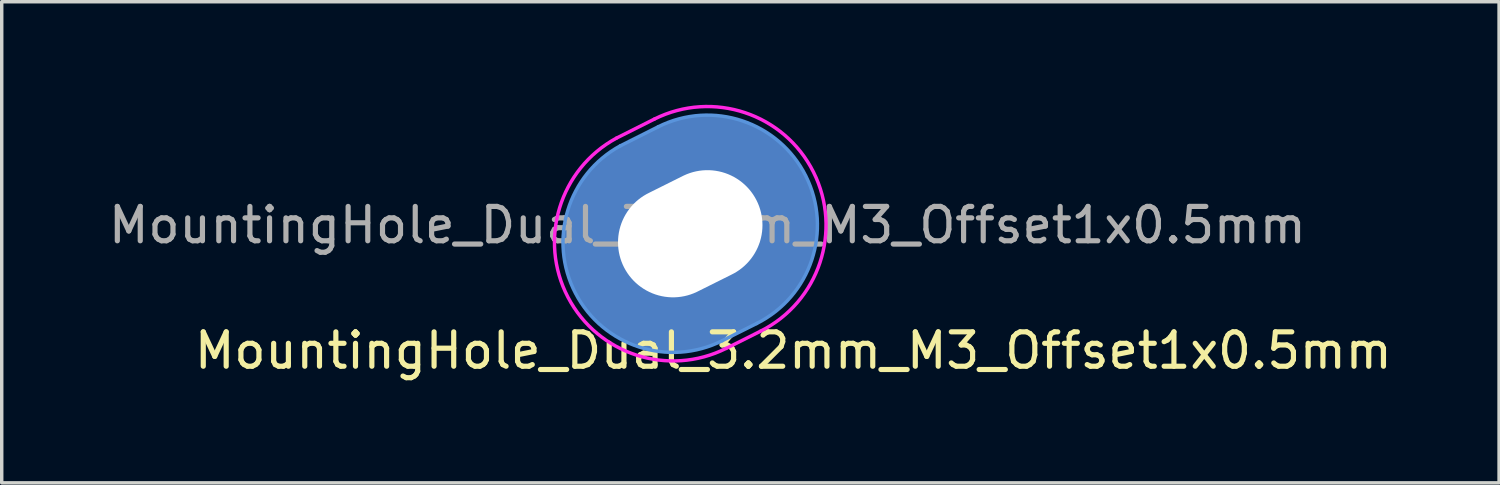
<source format=kicad_pcb>
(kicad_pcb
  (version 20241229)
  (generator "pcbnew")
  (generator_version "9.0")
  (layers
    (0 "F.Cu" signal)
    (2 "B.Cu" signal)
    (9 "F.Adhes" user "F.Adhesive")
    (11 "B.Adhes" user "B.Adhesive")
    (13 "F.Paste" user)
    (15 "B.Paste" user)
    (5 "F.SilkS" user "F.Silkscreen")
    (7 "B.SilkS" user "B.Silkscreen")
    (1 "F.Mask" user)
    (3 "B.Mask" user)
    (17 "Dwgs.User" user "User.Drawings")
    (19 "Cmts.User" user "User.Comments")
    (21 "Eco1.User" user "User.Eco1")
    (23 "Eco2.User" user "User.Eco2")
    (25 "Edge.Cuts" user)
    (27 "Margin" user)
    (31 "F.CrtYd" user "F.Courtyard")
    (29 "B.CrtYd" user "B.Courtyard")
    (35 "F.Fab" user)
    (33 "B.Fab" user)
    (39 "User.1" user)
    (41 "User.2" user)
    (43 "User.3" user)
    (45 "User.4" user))
  (footprint "MountingHole_Dual_3.2mm_M3_Offset1x0.5mm"
    (layer "F.Cu")
    (at 16.53 4)
    (property "Reference" "MountingHole_Dual_3.2mm_M3_Offset1x0.5mm" (at 3.5 3.149 0) (layer "F.SilkS") (effects (font (size 1 1) (thickness 0.15))))
    (attr exclude_from_pos_files exclude_from_bom)
    (fp_line (start -0.431 -3.362) (end -1.53 -2.81) (stroke (width 0.1) (type default)) (layer "Cmts.User"))
    (fp_line (start 2.431 2.362) (end 1.431 2.862) (stroke (width 0.1) (type default)) (layer "Cmts.User"))
    (fp_arc (start -0.431084 -3.362167) (mid 3.862167 -1.931084) (end 2.431084 2.362167) (stroke (width 0.1) (type solid)) (layer "Cmts.User"))
    (fp_arc (start 1.431084 2.862167) (mid -2.836755 1.480818) (end -1.5301 -2.810479) (stroke (width 0.1) (type solid)) (layer "Cmts.User"))
    (fp_line (start -1.642 -3.034) (end -0.543 -3.586) (stroke (width 0.1) (type default)) (layer "F.CrtYd"))
    (fp_line (start 2.543 2.586) (end 1.543 3.086) (stroke (width 0.1) (type default)) (layer "F.CrtYd"))
    (fp_arc (start -0.542887 -3.585774) (mid 4.085774 -2.042887) (end 2.542887 2.585774) (stroke (width 0.1) (type default)) (layer "F.CrtYd"))
    (fp_arc (start 1.542887 3.085774) (mid -3.058377 1.596506) (end -1.649639 -3.030048) (stroke (width 0.1) (type default)) (layer "F.CrtYd"))
    (fp_text user "${REFERENCE}" (at 1 -0.5 0) (layer "F.Fab") (effects (font (size 1 1) (thickness 0.15))))
    (pad "1" thru_hole oval (at 0.5 -0.25 26.5) (size 7.52 6.4) (drill oval 4.32 3.2) (layers "*.Cu" "*.Mask")))
  (gr_rect
    (start -3 -3)
    (end 40.56 10.997)
    (stroke (width 0.1) (type default))
    (fill no)
    (layer "Edge.Cuts")))
</source>
